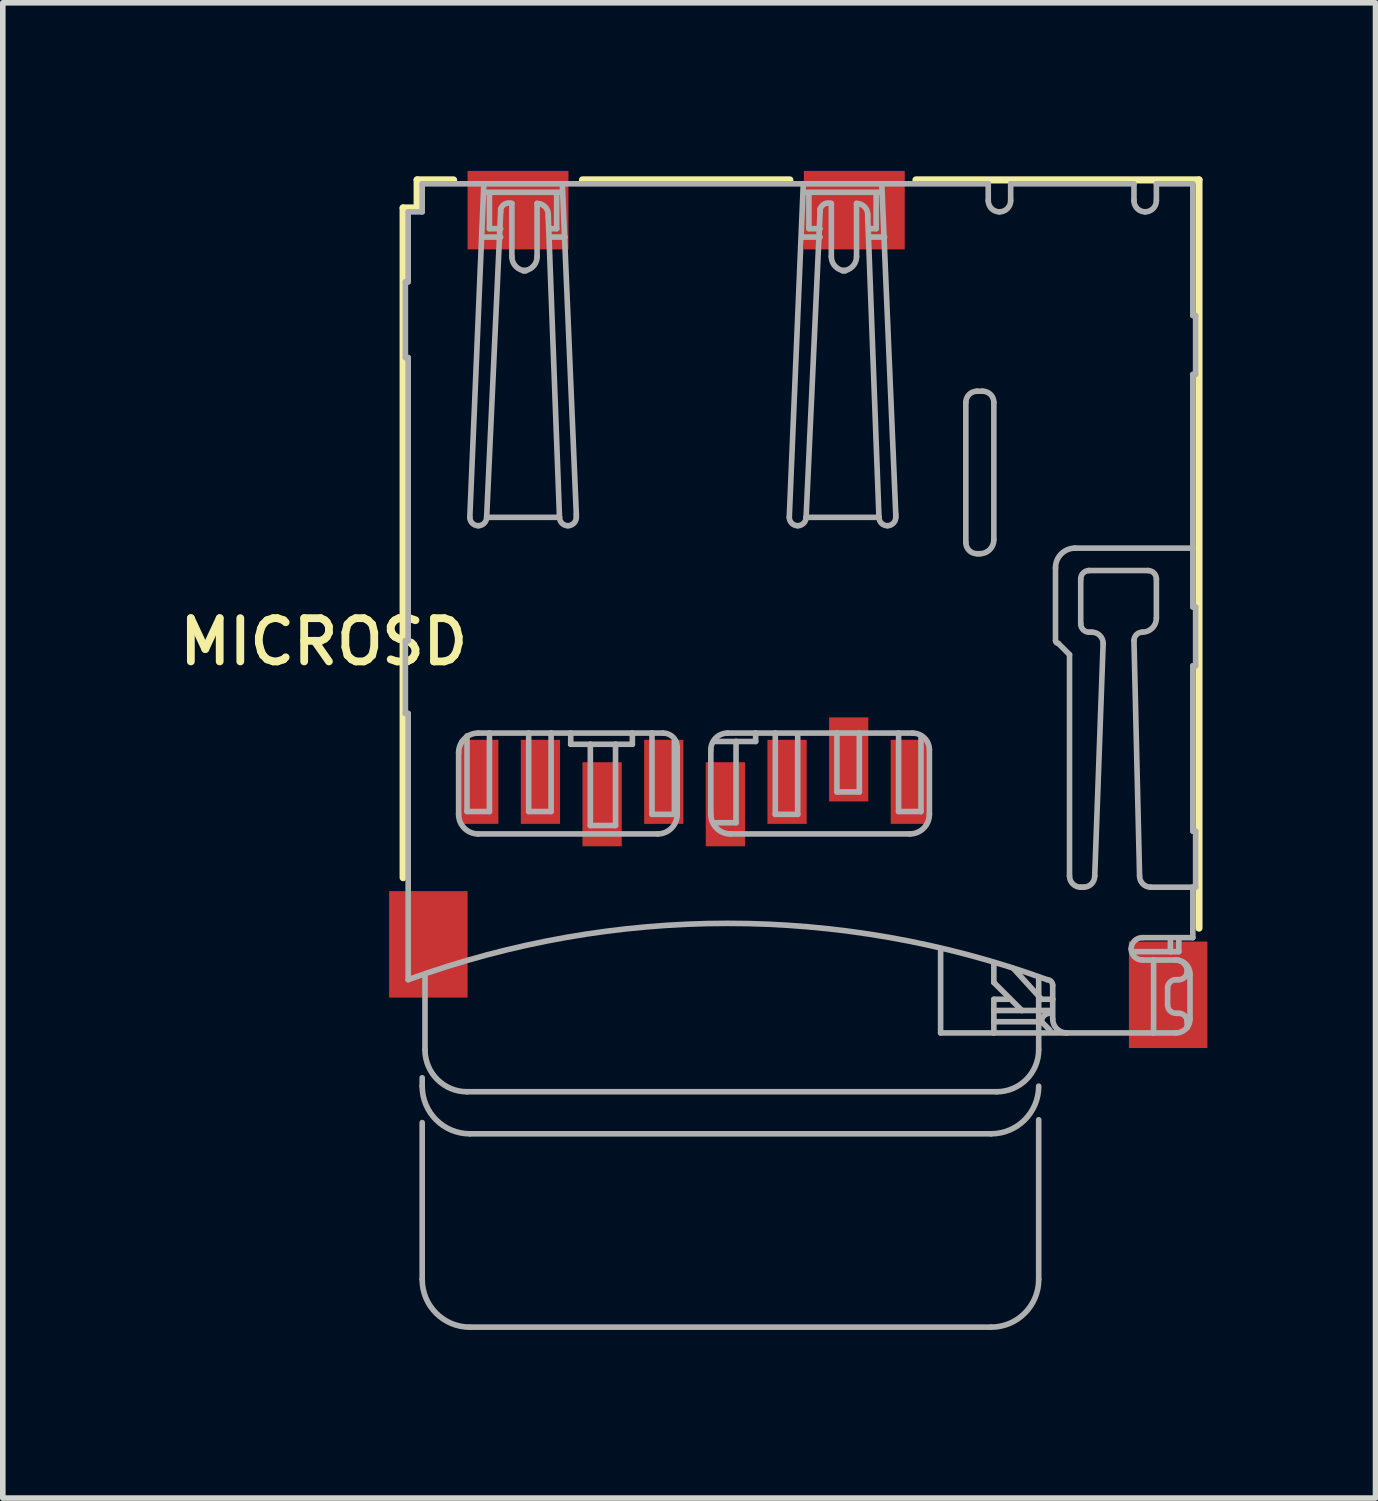
<source format=kicad_pcb>
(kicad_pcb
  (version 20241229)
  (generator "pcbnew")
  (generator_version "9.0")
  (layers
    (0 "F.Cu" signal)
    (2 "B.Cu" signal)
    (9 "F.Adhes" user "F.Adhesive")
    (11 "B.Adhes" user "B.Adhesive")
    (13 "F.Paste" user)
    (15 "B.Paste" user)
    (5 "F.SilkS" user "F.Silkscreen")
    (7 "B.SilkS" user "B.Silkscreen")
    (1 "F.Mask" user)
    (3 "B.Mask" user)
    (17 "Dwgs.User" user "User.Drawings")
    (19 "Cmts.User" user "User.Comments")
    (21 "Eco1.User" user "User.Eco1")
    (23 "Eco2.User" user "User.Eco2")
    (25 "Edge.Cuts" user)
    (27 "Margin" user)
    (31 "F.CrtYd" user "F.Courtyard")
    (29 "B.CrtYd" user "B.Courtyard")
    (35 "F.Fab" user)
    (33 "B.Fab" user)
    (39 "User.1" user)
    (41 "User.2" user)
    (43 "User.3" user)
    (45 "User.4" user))
  (footprint "MICROSD"
    (layer "F.Cu")
    (at 4.193 0.26)
    (property "Reference" "MICROSD" (at 1.18 7.69 180) (layer "F.SilkS") (effects (font (size 0.772 0.772) (thickness 0.139)) (justify right top)))
    (attr through_hole)
    (fp_line (start -0.05 0.4) (end -0.05 12.35) (stroke (width 0.127) (type solid)) (layer "F.SilkS"))
    (fp_line (start 0.2 -0.1) (end 0.2 0.4) (stroke (width 0.127) (type solid)) (layer "F.SilkS"))
    (fp_line (start 0.2 0.4) (end -0.05 0.4) (stroke (width 0.127) (type solid)) (layer "F.SilkS"))
    (fp_line (start 0.85 -0.1) (end 0.2 -0.1) (stroke (width 0.127) (type solid)) (layer "F.SilkS"))
    (fp_line (start 3.15 -0.1) (end 6.85 -0.1) (stroke (width 0.127) (type solid)) (layer "F.SilkS"))
    (fp_line (start 9.1 -0.1) (end 14.15 -0.1) (stroke (width 0.127) (type solid)) (layer "F.SilkS"))
    (fp_line (start 14.15 -0.1) (end 14.15 13.25) (stroke (width 0.127) (type solid)) (layer "F.SilkS"))
    (fp_line (start -0.01 1.72) (end -0.01 3.07) (stroke (width 0.1) (type solid)) (layer "F.Fab"))
    (fp_line (start -0.01 3.07) (end 0.04 3.07) (stroke (width 0.1) (type solid)) (layer "F.Fab"))
    (fp_line (start -0.01 8.12) (end -0.01 9.42) (stroke (width 0.1) (type solid)) (layer "F.Fab"))
    (fp_line (start -0.01 9.42) (end 0.04 9.42) (stroke (width 0.1) (type solid)) (layer "F.Fab"))
    (fp_line (start 0.04 0.47) (end 0.04 1.72) (stroke (width 0.1) (type solid)) (layer "F.Fab"))
    (fp_line (start 0.04 1.72) (end -0.01 1.72) (stroke (width 0.1) (type solid)) (layer "F.Fab"))
    (fp_line (start 0.04 3.07) (end 0.04 8.12) (stroke (width 0.1) (type solid)) (layer "F.Fab"))
    (fp_line (start 0.04 8.12) (end -0.01 8.12) (stroke (width 0.1) (type solid)) (layer "F.Fab"))
    (fp_line (start 0.04 9.42) (end 0.04 14.17) (stroke (width 0.1) (type solid)) (layer "F.Fab"))
    (fp_line (start 0.29 -0.03) (end 0.29 0.47) (stroke (width 0.1) (type solid)) (layer "F.Fab"))
    (fp_line (start 0.29 0.47) (end 0.04 0.47) (stroke (width 0.1) (type solid)) (layer "F.Fab"))
    (fp_line (start 0.29 15.92) (end 0.29 16.07) (stroke (width 0.1) (type solid)) (layer "F.Fab"))
    (fp_line (start 0.29 16.72) (end 0.29 19.52) (stroke (width 0.1) (type solid)) (layer "F.Fab"))
    (fp_line (start 0.34 14.12) (end 0.34 15.42) (stroke (width 0.1) (type solid)) (layer "F.Fab"))
    (fp_line (start 0.94 11.22) (end 0.94 10.12) (stroke (width 0.1) (type solid)) (layer "F.Fab"))
    (fp_line (start 1.09 9.82) (end 1.09 11.17) (stroke (width 0.1) (type solid)) (layer "F.Fab"))
    (fp_line (start 1.09 11.17) (end 1.49 11.17) (stroke (width 0.1) (type solid)) (layer "F.Fab"))
    (fp_line (start 1.09 16.17) (end 10.54 16.17) (stroke (width 0.1) (type solid)) (layer "F.Fab"))
    (fp_line (start 1.14 5.92) (end 1.39 -0.03) (stroke (width 0.1) (type solid)) (layer "F.Fab"))
    (fp_line (start 1.14 16.92) (end 10.44 16.92) (stroke (width 0.1) (type solid)) (layer "F.Fab"))
    (fp_line (start 1.14 20.37) (end 10.44 20.37) (stroke (width 0.1) (type solid)) (layer "F.Fab"))
    (fp_line (start 1.29 9.77) (end 1.49 9.77) (stroke (width 0.1) (type solid)) (layer "F.Fab"))
    (fp_line (start 1.39 -0.03) (end 0.29 -0.03) (stroke (width 0.1) (type solid)) (layer "F.Fab"))
    (fp_line (start 1.44 0.12) (end 2.79 0.12) (stroke (width 0.1) (type solid)) (layer "F.Fab"))
    (fp_line (start 1.44 5.92) (end 2.74 5.92) (stroke (width 0.1) (type solid)) (layer "F.Fab"))
    (fp_line (start 1.49 0.77) (end 1.49 0.17) (stroke (width 0.1) (type solid)) (layer "F.Fab"))
    (fp_line (start 1.49 9.77) (end 2.19 9.77) (stroke (width 0.1) (type solid)) (layer "F.Fab"))
    (fp_line (start 1.49 11.17) (end 1.49 9.77) (stroke (width 0.1) (type solid)) (layer "F.Fab"))
    (fp_line (start 1.69 0.42) (end 1.69 0.47) (stroke (width 0.1) (type solid)) (layer "F.Fab"))
    (fp_line (start 1.69 0.47) (end 1.44 5.92) (stroke (width 0.1) (type solid)) (layer "F.Fab"))
    (fp_line (start 1.69 0.77) (end 1.49 0.77) (stroke (width 0.1) (type solid)) (layer "F.Fab"))
    (fp_line (start 1.69 0.92) (end 1.39 0.92) (stroke (width 0.1) (type solid)) (layer "F.Fab"))
    (fp_line (start 1.89 1.27) (end 1.89 0.32) (stroke (width 0.1) (type solid)) (layer "F.Fab"))
    (fp_line (start 2.09 1.52) (end 2.14 1.52) (stroke (width 0.1) (type solid)) (layer "F.Fab"))
    (fp_line (start 2.19 9.77) (end 2.19 11.17) (stroke (width 0.1) (type solid)) (layer "F.Fab"))
    (fp_line (start 2.19 9.77) (end 2.59 9.77) (stroke (width 0.1) (type solid)) (layer "F.Fab"))
    (fp_line (start 2.19 11.17) (end 2.59 11.17) (stroke (width 0.1) (type solid)) (layer "F.Fab"))
    (fp_line (start 2.34 0.32) (end 2.34 1.27) (stroke (width 0.1) (type solid)) (layer "F.Fab"))
    (fp_line (start 2.54 0.57) (end 2.54 0.52) (stroke (width 0.1) (type solid)) (layer "F.Fab"))
    (fp_line (start 2.59 0.77) (end 2.69 0.77) (stroke (width 0.1) (type solid)) (layer "F.Fab"))
    (fp_line (start 2.59 0.92) (end 2.84 0.92) (stroke (width 0.1) (type solid)) (layer "F.Fab"))
    (fp_line (start 2.59 9.77) (end 2.94 9.77) (stroke (width 0.1) (type solid)) (layer "F.Fab"))
    (fp_line (start 2.59 11.17) (end 2.59 9.77) (stroke (width 0.1) (type solid)) (layer "F.Fab"))
    (fp_line (start 2.69 0.77) (end 2.69 0.17) (stroke (width 0.1) (type solid)) (layer "F.Fab"))
    (fp_line (start 2.74 5.92) (end 2.54 0.57) (stroke (width 0.1) (type solid)) (layer "F.Fab"))
    (fp_line (start 2.79 -0.03) (end 1.39 -0.03) (stroke (width 0.1) (type solid)) (layer "F.Fab"))
    (fp_line (start 2.79 -0.03) (end 3.04 5.87) (stroke (width 0.1) (type solid)) (layer "F.Fab"))
    (fp_line (start 2.94 9.77) (end 2.94 9.97) (stroke (width 0.1) (type solid)) (layer "F.Fab"))
    (fp_line (start 2.94 9.77) (end 4.04 9.77) (stroke (width 0.1) (type solid)) (layer "F.Fab"))
    (fp_line (start 2.94 9.97) (end 3.29 9.97) (stroke (width 0.1) (type solid)) (layer "F.Fab"))
    (fp_line (start 3.04 5.87) (end 3.04 5.92) (stroke (width 0.1) (type solid)) (layer "F.Fab"))
    (fp_line (start 3.29 9.97) (end 3.29 11.42) (stroke (width 0.1) (type solid)) (layer "F.Fab"))
    (fp_line (start 3.29 9.97) (end 3.74 9.97) (stroke (width 0.1) (type solid)) (layer "F.Fab"))
    (fp_line (start 3.29 11.42) (end 3.74 11.42) (stroke (width 0.1) (type solid)) (layer "F.Fab"))
    (fp_line (start 3.74 9.97) (end 4.04 9.97) (stroke (width 0.1) (type solid)) (layer "F.Fab"))
    (fp_line (start 3.74 11.42) (end 3.74 9.97) (stroke (width 0.1) (type solid)) (layer "F.Fab"))
    (fp_line (start 4.04 9.77) (end 4.39 9.77) (stroke (width 0.1) (type solid)) (layer "F.Fab"))
    (fp_line (start 4.04 9.97) (end 4.04 9.77) (stroke (width 0.1) (type solid)) (layer "F.Fab"))
    (fp_line (start 4.39 9.77) (end 4.39 11.22) (stroke (width 0.1) (type solid)) (layer "F.Fab"))
    (fp_line (start 4.39 9.77) (end 4.59 9.77) (stroke (width 0.1) (type solid)) (layer "F.Fab"))
    (fp_line (start 4.39 11.22) (end 4.79 11.22) (stroke (width 0.1) (type solid)) (layer "F.Fab"))
    (fp_line (start 4.49 11.57) (end 1.29 11.57) (stroke (width 0.1) (type solid)) (layer "F.Fab"))
    (fp_line (start 4.79 11.22) (end 4.79 9.92) (stroke (width 0.1) (type solid)) (layer "F.Fab"))
    (fp_line (start 4.84 10.02) (end 4.84 11.22) (stroke (width 0.1) (type solid)) (layer "F.Fab"))
    (fp_line (start 5.44 11.22) (end 5.44 10.07) (stroke (width 0.1) (type solid)) (layer "F.Fab"))
    (fp_line (start 5.49 9.92) (end 5.89 9.92) (stroke (width 0.1) (type solid)) (layer "F.Fab"))
    (fp_line (start 5.74 9.77) (end 6.24 9.77) (stroke (width 0.1) (type solid)) (layer "F.Fab"))
    (fp_line (start 5.89 9.92) (end 5.89 11.37) (stroke (width 0.1) (type solid)) (layer "F.Fab"))
    (fp_line (start 5.89 9.92) (end 6.24 9.92) (stroke (width 0.1) (type solid)) (layer "F.Fab"))
    (fp_line (start 5.89 11.37) (end 5.54 11.37) (stroke (width 0.1) (type solid)) (layer "F.Fab"))
    (fp_line (start 6.24 9.77) (end 6.59 9.77) (stroke (width 0.1) (type solid)) (layer "F.Fab"))
    (fp_line (start 6.24 9.92) (end 6.24 9.77) (stroke (width 0.1) (type solid)) (layer "F.Fab"))
    (fp_line (start 6.59 9.77) (end 6.59 11.22) (stroke (width 0.1) (type solid)) (layer "F.Fab"))
    (fp_line (start 6.59 9.77) (end 7.69 9.77) (stroke (width 0.1) (type solid)) (layer "F.Fab"))
    (fp_line (start 6.59 11.22) (end 6.99 11.22) (stroke (width 0.1) (type solid)) (layer "F.Fab"))
    (fp_line (start 6.84 5.92) (end 7.09 -0.03) (stroke (width 0.1) (type solid)) (layer "F.Fab"))
    (fp_line (start 6.99 11.22) (end 6.99 9.82) (stroke (width 0.1) (type solid)) (layer "F.Fab"))
    (fp_line (start 7.14 0.12) (end 8.49 0.12) (stroke (width 0.1) (type solid)) (layer "F.Fab"))
    (fp_line (start 7.14 5.92) (end 8.44 5.92) (stroke (width 0.1) (type solid)) (layer "F.Fab"))
    (fp_line (start 7.19 0.77) (end 7.19 0.17) (stroke (width 0.1) (type solid)) (layer "F.Fab"))
    (fp_line (start 7.39 0.42) (end 7.39 0.47) (stroke (width 0.1) (type solid)) (layer "F.Fab"))
    (fp_line (start 7.39 0.47) (end 7.14 5.92) (stroke (width 0.1) (type solid)) (layer "F.Fab"))
    (fp_line (start 7.39 0.77) (end 7.19 0.77) (stroke (width 0.1) (type solid)) (layer "F.Fab"))
    (fp_line (start 7.39 0.92) (end 7.09 0.92) (stroke (width 0.1) (type solid)) (layer "F.Fab"))
    (fp_line (start 7.59 1.27) (end 7.59 0.32) (stroke (width 0.1) (type solid)) (layer "F.Fab"))
    (fp_line (start 7.69 9.77) (end 7.69 10.82) (stroke (width 0.1) (type solid)) (layer "F.Fab"))
    (fp_line (start 7.69 9.77) (end 8.09 9.77) (stroke (width 0.1) (type solid)) (layer "F.Fab"))
    (fp_line (start 7.69 10.82) (end 8.09 10.82) (stroke (width 0.1) (type solid)) (layer "F.Fab"))
    (fp_line (start 7.79 1.52) (end 7.84 1.52) (stroke (width 0.1) (type solid)) (layer "F.Fab"))
    (fp_line (start 8.04 0.32) (end 8.04 1.27) (stroke (width 0.1) (type solid)) (layer "F.Fab"))
    (fp_line (start 8.09 9.77) (end 8.79 9.77) (stroke (width 0.1) (type solid)) (layer "F.Fab"))
    (fp_line (start 8.09 10.82) (end 8.09 9.77) (stroke (width 0.1) (type solid)) (layer "F.Fab"))
    (fp_line (start 8.24 0.57) (end 8.24 0.52) (stroke (width 0.1) (type solid)) (layer "F.Fab"))
    (fp_line (start 8.29 0.77) (end 8.39 0.77) (stroke (width 0.1) (type solid)) (layer "F.Fab"))
    (fp_line (start 8.29 0.92) (end 8.54 0.92) (stroke (width 0.1) (type solid)) (layer "F.Fab"))
    (fp_line (start 8.39 0.77) (end 8.39 0.17) (stroke (width 0.1) (type solid)) (layer "F.Fab"))
    (fp_line (start 8.44 5.92) (end 8.24 0.57) (stroke (width 0.1) (type solid)) (layer "F.Fab"))
    (fp_line (start 8.49 -0.03) (end 8.74 5.87) (stroke (width 0.1) (type solid)) (layer "F.Fab"))
    (fp_line (start 8.74 5.87) (end 8.74 5.92) (stroke (width 0.1) (type solid)) (layer "F.Fab"))
    (fp_line (start 8.79 9.77) (end 8.79 11.17) (stroke (width 0.1) (type solid)) (layer "F.Fab"))
    (fp_line (start 8.79 9.77) (end 9.04 9.77) (stroke (width 0.1) (type solid)) (layer "F.Fab"))
    (fp_line (start 8.79 11.17) (end 9.19 11.17) (stroke (width 0.1) (type solid)) (layer "F.Fab"))
    (fp_line (start 8.99 11.57) (end 5.79 11.57) (stroke (width 0.1) (type solid)) (layer "F.Fab"))
    (fp_line (start 9.19 11.17) (end 9.19 9.82) (stroke (width 0.1) (type solid)) (layer "F.Fab"))
    (fp_line (start 9.34 10.07) (end 9.34 11.22) (stroke (width 0.1) (type solid)) (layer "F.Fab"))
    (fp_line (start 9.54 15.12) (end 9.54 13.62) (stroke (width 0.1) (type solid)) (layer "F.Fab"))
    (fp_line (start 9.99 6.37) (end 9.99 3.87) (stroke (width 0.1) (type solid)) (layer "F.Fab"))
    (fp_line (start 10.19 3.67) (end 10.29 3.67) (stroke (width 0.1) (type solid)) (layer "F.Fab"))
    (fp_line (start 10.24 6.57) (end 10.19 6.57) (stroke (width 0.1) (type solid)) (layer "F.Fab"))
    (fp_line (start 10.39 -0.03) (end 2.79 -0.03) (stroke (width 0.1) (type solid)) (layer "F.Fab"))
    (fp_line (start 10.39 0.27) (end 10.39 -0.03) (stroke (width 0.1) (type solid)) (layer "F.Fab"))
    (fp_line (start 10.49 3.87) (end 10.49 6.32) (stroke (width 0.1) (type solid)) (layer "F.Fab"))
    (fp_line (start 10.49 13.87) (end 10.49 14.22) (stroke (width 0.1) (type solid)) (layer "F.Fab"))
    (fp_line (start 10.49 14.22) (end 10.99 14.72) (stroke (width 0.1) (type solid)) (layer "F.Fab"))
    (fp_line (start 10.49 14.52) (end 10.74 14.52) (stroke (width 0.1) (type solid)) (layer "F.Fab"))
    (fp_line (start 10.49 14.72) (end 10.49 14.52) (stroke (width 0.1) (type solid)) (layer "F.Fab"))
    (fp_line (start 10.49 14.92) (end 10.49 14.72) (stroke (width 0.1) (type solid)) (layer "F.Fab"))
    (fp_line (start 10.49 14.92) (end 11.34 14.92) (stroke (width 0.1) (type solid)) (layer "F.Fab"))
    (fp_line (start 10.49 15.12) (end 9.54 15.12) (stroke (width 0.1) (type solid)) (layer "F.Fab"))
    (fp_line (start 10.49 15.12) (end 10.49 14.92) (stroke (width 0.1) (type solid)) (layer "F.Fab"))
    (fp_line (start 10.79 -0.03) (end 10.79 0.27) (stroke (width 0.1) (type solid)) (layer "F.Fab"))
    (fp_line (start 10.99 14.72) (end 10.49 14.72) (stroke (width 0.1) (type solid)) (layer "F.Fab"))
    (fp_line (start 10.99 14.72) (end 11.49 14.72) (stroke (width 0.1) (type solid)) (layer "F.Fab"))
    (fp_line (start 11.29 15.42) (end 11.29 14.12) (stroke (width 0.1) (type solid)) (layer "F.Fab"))
    (fp_line (start 11.29 19.52) (end 11.29 16.67) (stroke (width 0.1) (type solid)) (layer "F.Fab"))
    (fp_line (start 11.34 14.52) (end 10.84 13.97) (stroke (width 0.1) (type solid)) (layer "F.Fab"))
    (fp_line (start 11.49 15.07) (end 11.34 14.92) (stroke (width 0.1) (type solid)) (layer "F.Fab"))
    (fp_line (start 11.54 14.27) (end 11.54 14.52) (stroke (width 0.1) (type solid)) (layer "F.Fab"))
    (fp_line (start 11.54 14.52) (end 11.34 14.52) (stroke (width 0.1) (type solid)) (layer "F.Fab"))
    (fp_line (start 11.54 14.52) (end 11.54 14.87) (stroke (width 0.1) (type solid)) (layer "F.Fab"))
    (fp_line (start 11.59 8.12) (end 11.59 6.82) (stroke (width 0.1) (type solid)) (layer "F.Fab"))
    (fp_line (start 11.79 15.12) (end 10.49 15.12) (stroke (width 0.1) (type solid)) (layer "F.Fab"))
    (fp_line (start 11.79 15.12) (end 13.34 15.12) (stroke (width 0.1) (type solid)) (layer "F.Fab"))
    (fp_line (start 11.84 8.37) (end 11.64 8.17) (stroke (width 0.1) (type solid)) (layer "F.Fab"))
    (fp_line (start 11.84 12.32) (end 11.84 8.37) (stroke (width 0.1) (type solid)) (layer "F.Fab"))
    (fp_line (start 11.94 6.47) (end 14.04 6.47) (stroke (width 0.1) (type solid)) (layer "F.Fab"))
    (fp_line (start 12.04 7.02) (end 12.04 7.82) (stroke (width 0.1) (type solid)) (layer "F.Fab"))
    (fp_line (start 12.09 12.52) (end 12.04 12.52) (stroke (width 0.1) (type solid)) (layer "F.Fab"))
    (fp_line (start 12.19 7.97) (end 12.24 7.97) (stroke (width 0.1) (type solid)) (layer "F.Fab"))
    (fp_line (start 12.44 8.17) (end 12.29 12.32) (stroke (width 0.1) (type solid)) (layer "F.Fab"))
    (fp_line (start 12.99 -0.03) (end 10.79 -0.03) (stroke (width 0.1) (type solid)) (layer "F.Fab"))
    (fp_line (start 12.99 0.27) (end 12.99 -0.03) (stroke (width 0.1) (type solid)) (layer "F.Fab"))
    (fp_line (start 12.99 13.67) (end 13.64 13.67) (stroke (width 0.1) (type solid)) (layer "F.Fab"))
    (fp_line (start 13.09 12.32) (end 12.99 8.12) (stroke (width 0.1) (type solid)) (layer "F.Fab"))
    (fp_line (start 13.14 13.42) (end 14.04 13.42) (stroke (width 0.1) (type solid)) (layer "F.Fab"))
    (fp_line (start 13.24 6.87) (end 12.19 6.87) (stroke (width 0.1) (type solid)) (layer "F.Fab"))
    (fp_line (start 13.34 13.82) (end 13.14 13.82) (stroke (width 0.1) (type solid)) (layer "F.Fab"))
    (fp_line (start 13.34 13.82) (end 13.34 15.12) (stroke (width 0.1) (type solid)) (layer "F.Fab"))
    (fp_line (start 13.34 15.12) (end 13.74 15.12) (stroke (width 0.1) (type solid)) (layer "F.Fab"))
    (fp_line (start 13.39 -0.03) (end 13.39 0.27) (stroke (width 0.1) (type solid)) (layer "F.Fab"))
    (fp_line (start 13.39 7.72) (end 13.39 7.02) (stroke (width 0.1) (type solid)) (layer "F.Fab"))
    (fp_line (start 13.59 14.62) (end 13.59 14.32) (stroke (width 0.1) (type solid)) (layer "F.Fab"))
    (fp_line (start 13.64 13.67) (end 13.64 13.47) (stroke (width 0.1) (type solid)) (layer "F.Fab"))
    (fp_line (start 13.64 13.67) (end 13.79 13.67) (stroke (width 0.1) (type solid)) (layer "F.Fab"))
    (fp_line (start 13.74 13.82) (end 13.34 13.82) (stroke (width 0.1) (type solid)) (layer "F.Fab"))
    (fp_line (start 13.74 14.17) (end 13.79 14.17) (stroke (width 0.1) (type solid)) (layer "F.Fab"))
    (fp_line (start 13.79 13.47) (end 13.79 13.67) (stroke (width 0.1) (type solid)) (layer "F.Fab"))
    (fp_line (start 13.79 14.77) (end 13.74 14.77) (stroke (width 0.1) (type solid)) (layer "F.Fab"))
    (fp_line (start 13.94 15.02) (end 13.94 14.92) (stroke (width 0.1) (type solid)) (layer "F.Fab"))
    (fp_line (start 13.99 14.87) (end 13.99 14.07) (stroke (width 0.1) (type solid)) (layer "F.Fab"))
    (fp_line (start 14.04 -0.03) (end 13.39 -0.03) (stroke (width 0.1) (type solid)) (layer "F.Fab"))
    (fp_line (start 14.04 2.32) (end 14.04 -0.03) (stroke (width 0.1) (type solid)) (layer "F.Fab"))
    (fp_line (start 14.04 3.37) (end 14.09 3.37) (stroke (width 0.1) (type solid)) (layer "F.Fab"))
    (fp_line (start 14.04 6.47) (end 14.04 3.37) (stroke (width 0.1) (type solid)) (layer "F.Fab"))
    (fp_line (start 14.04 7.52) (end 14.04 6.47) (stroke (width 0.1) (type solid)) (layer "F.Fab"))
    (fp_line (start 14.04 8.57) (end 14.09 8.57) (stroke (width 0.1) (type solid)) (layer "F.Fab"))
    (fp_line (start 14.04 11.52) (end 14.04 8.57) (stroke (width 0.1) (type solid)) (layer "F.Fab"))
    (fp_line (start 14.04 12.52) (end 13.29 12.52) (stroke (width 0.1) (type solid)) (layer "F.Fab"))
    (fp_line (start 14.04 12.52) (end 14.09 12.52) (stroke (width 0.1) (type solid)) (layer "F.Fab"))
    (fp_line (start 14.04 13.42) (end 14.04 12.52) (stroke (width 0.1) (type solid)) (layer "F.Fab"))
    (fp_line (start 14.09 2.32) (end 14.04 2.32) (stroke (width 0.1) (type solid)) (layer "F.Fab"))
    (fp_line (start 14.09 3.37) (end 14.09 2.32) (stroke (width 0.1) (type solid)) (layer "F.Fab"))
    (fp_line (start 14.09 7.52) (end 14.04 7.52) (stroke (width 0.1) (type solid)) (layer "F.Fab"))
    (fp_line (start 14.09 8.57) (end 14.09 7.52) (stroke (width 0.1) (type solid)) (layer "F.Fab"))
    (fp_line (start 14.09 11.52) (end 14.04 11.52) (stroke (width 0.1) (type solid)) (layer "F.Fab"))
    (fp_line (start 14.09 12.52) (end 14.09 11.52) (stroke (width 0.1) (type solid)) (layer "F.Fab"))
    (fp_arc (start 0.04 14.17) (mid 5.74 13.164936) (end 11.44 14.17) (stroke (width 0.1) (type solid)) (layer "F.Fab"))
    (fp_arc (start 0.94 10.12) (mid 1.042513 9.872513) (end 1.29 9.77) (stroke (width 0.1) (type solid)) (layer "F.Fab"))
    (fp_arc (start 1.09 16.17) (mid 0.55967 15.95033) (end 0.34 15.42) (stroke (width 0.1) (type solid)) (layer "F.Fab"))
    (fp_arc (start 1.14 16.92) (mid 0.538959 16.671041) (end 0.29 16.07) (stroke (width 0.1) (type solid)) (layer "F.Fab"))
    (fp_arc (start 1.14 20.37) (mid 0.538959 20.121041) (end 0.29 19.52) (stroke (width 0.1) (type solid)) (layer "F.Fab"))
    (fp_arc (start 1.29 6.07) (mid 1.183934 6.026066) (end 1.14 5.92) (stroke (width 0.1) (type solid)) (layer "F.Fab"))
    (fp_arc (start 1.29 11.57) (mid 1.042513 11.467487) (end 0.94 11.22) (stroke (width 0.1) (type solid)) (layer "F.Fab"))
    (fp_arc (start 1.44 5.92) (mid 1.396066 6.026066) (end 1.29 6.07) (stroke (width 0.1) (type solid)) (layer "F.Fab"))
    (fp_arc (start 1.69 0.42) (mid 1.769289 0.328579) (end 1.89 0.32) (stroke (width 0.1) (type solid)) (layer "F.Fab"))
    (fp_arc (start 2.14 1.52) (mid 1.963223 1.446777) (end 1.89 1.27) (stroke (width 0.1) (type solid)) (layer "F.Fab"))
    (fp_arc (start 2.34 0.32) (mid 2.481421 0.378579) (end 2.54 0.52) (stroke (width 0.1) (type solid)) (layer "F.Fab"))
    (fp_arc (start 2.34 1.27) (mid 2.266777 1.446777) (end 2.09 1.52) (stroke (width 0.1) (type solid)) (layer "F.Fab"))
    (fp_arc (start 2.89 6.07) (mid 2.783934 6.026066) (end 2.74 5.92) (stroke (width 0.1) (type solid)) (layer "F.Fab"))
    (fp_arc (start 3.04 5.92) (mid 2.996066 6.026066) (end 2.89 6.07) (stroke (width 0.1) (type solid)) (layer "F.Fab"))
    (fp_arc (start 4.59 9.77) (mid 4.766777 9.843223) (end 4.84 10.02) (stroke (width 0.1) (type solid)) (layer "F.Fab"))
    (fp_arc (start 4.84 11.22) (mid 4.737487 11.467487) (end 4.49 11.57) (stroke (width 0.1) (type solid)) (layer "F.Fab"))
    (fp_arc (start 5.44 10.07) (mid 5.527868 9.857868) (end 5.74 9.77) (stroke (width 0.1) (type solid)) (layer "F.Fab"))
    (fp_arc (start 5.79 11.57) (mid 5.542513 11.467487) (end 5.44 11.22) (stroke (width 0.1) (type solid)) (layer "F.Fab"))
    (fp_arc (start 6.99 6.07) (mid 6.883934 6.026066) (end 6.84 5.92) (stroke (width 0.1) (type solid)) (layer "F.Fab"))
    (fp_arc (start 7.14 5.92) (mid 7.096066 6.026066) (end 6.99 6.07) (stroke (width 0.1) (type solid)) (layer "F.Fab"))
    (fp_arc (start 7.39 0.42) (mid 7.469289 0.328579) (end 7.59 0.32) (stroke (width 0.1) (type solid)) (layer "F.Fab"))
    (fp_arc (start 7.84 1.52) (mid 7.663223 1.446777) (end 7.59 1.27) (stroke (width 0.1) (type solid)) (layer "F.Fab"))
    (fp_arc (start 8.04 0.32) (mid 8.181421 0.378579) (end 8.24 0.52) (stroke (width 0.1) (type solid)) (layer "F.Fab"))
    (fp_arc (start 8.04 1.27) (mid 7.966777 1.446777) (end 7.79 1.52) (stroke (width 0.1) (type solid)) (layer "F.Fab"))
    (fp_arc (start 8.59 6.07) (mid 8.483934 6.026066) (end 8.44 5.92) (stroke (width 0.1) (type solid)) (layer "F.Fab"))
    (fp_arc (start 8.74 5.92) (mid 8.696066 6.026066) (end 8.59 6.07) (stroke (width 0.1) (type solid)) (layer "F.Fab"))
    (fp_arc (start 9.04 9.77) (mid 9.252132 9.857868) (end 9.34 10.07) (stroke (width 0.1) (type solid)) (layer "F.Fab"))
    (fp_arc (start 9.34 11.22) (mid 9.237487 11.467487) (end 8.99 11.57) (stroke (width 0.1) (type solid)) (layer "F.Fab"))
    (fp_arc (start 9.99 3.87) (mid 10.048579 3.728579) (end 10.19 3.67) (stroke (width 0.1) (type solid)) (layer "F.Fab"))
    (fp_arc (start 10.19 6.57) (mid 10.048579 6.511421) (end 9.99 6.37) (stroke (width 0.1) (type solid)) (layer "F.Fab"))
    (fp_arc (start 10.29 3.67) (mid 10.431421 3.728579) (end 10.49 3.87) (stroke (width 0.1) (type solid)) (layer "F.Fab"))
    (fp_arc (start 10.49 6.32) (mid 10.416777 6.496777) (end 10.24 6.57) (stroke (width 0.1) (type solid)) (layer "F.Fab"))
    (fp_arc (start 10.59 0.47) (mid 10.448579 0.411421) (end 10.39 0.27) (stroke (width 0.1) (type solid)) (layer "F.Fab"))
    (fp_arc (start 10.79 0.27) (mid 10.731421 0.411421) (end 10.59 0.47) (stroke (width 0.1) (type solid)) (layer "F.Fab"))
    (fp_arc (start 11.29 15.42) (mid 11.07033 15.95033) (end 10.54 16.17) (stroke (width 0.1) (type solid)) (layer "F.Fab"))
    (fp_arc (start 11.29 16.07) (mid 11.041041 16.671041) (end 10.44 16.92) (stroke (width 0.1) (type solid)) (layer "F.Fab"))
    (fp_arc (start 11.29 19.52) (mid 11.041041 20.121041) (end 10.44 20.37) (stroke (width 0.1) (type solid)) (layer "F.Fab"))
    (fp_arc (start 11.34 14.92) (mid 11.383934 14.813934) (end 11.49 14.77) (stroke (width 0.1) (type solid)) (layer "F.Fab"))
    (fp_arc (start 11.44 14.17) (mid 11.510711 14.199289) (end 11.54 14.27) (stroke (width 0.1) (type solid)) (layer "F.Fab"))
    (fp_arc (start 11.59 6.82) (mid 11.692513 6.572513) (end 11.94 6.47) (stroke (width 0.1) (type solid)) (layer "F.Fab"))
    (fp_arc (start 11.64 8.17) (mid 11.604645 8.155355) (end 11.59 8.12) (stroke (width 0.1) (type solid)) (layer "F.Fab"))
    (fp_arc (start 11.79 15.12) (mid 11.613223 15.046777) (end 11.54 14.87) (stroke (width 0.1) (type solid)) (layer "F.Fab"))
    (fp_arc (start 12.04 7.02) (mid 12.083934 6.913934) (end 12.19 6.87) (stroke (width 0.1) (type solid)) (layer "F.Fab"))
    (fp_arc (start 12.04 12.52) (mid 11.898579 12.461421) (end 11.84 12.32) (stroke (width 0.1) (type solid)) (layer "F.Fab"))
    (fp_arc (start 12.19 7.97) (mid 12.083934 7.926066) (end 12.04 7.82) (stroke (width 0.1) (type solid)) (layer "F.Fab"))
    (fp_arc (start 12.24 7.97) (mid 12.381421 8.028579) (end 12.44 8.17) (stroke (width 0.1) (type solid)) (layer "F.Fab"))
    (fp_arc (start 12.29 12.32) (mid 12.231421 12.461421) (end 12.09 12.52) (stroke (width 0.1) (type solid)) (layer "F.Fab"))
    (fp_arc (start 12.94 13.62) (mid 12.998579 13.478579) (end 13.14 13.42) (stroke (width 0.1) (type solid)) (layer "F.Fab"))
    (fp_arc (start 12.99 8.12) (mid 13.033934 8.013934) (end 13.14 7.97) (stroke (width 0.1) (type solid)) (layer "F.Fab"))
    (fp_arc (start 13.14 13.82) (mid 12.998579 13.761421) (end 12.94 13.62) (stroke (width 0.1) (type solid)) (layer "F.Fab"))
    (fp_arc (start 13.19 0.47) (mid 13.048579 0.411421) (end 12.99 0.27) (stroke (width 0.1) (type solid)) (layer "F.Fab"))
    (fp_arc (start 13.24 6.87) (mid 13.346066 6.913934) (end 13.39 7.02) (stroke (width 0.1) (type solid)) (layer "F.Fab"))
    (fp_arc (start 13.29 12.52) (mid 13.148579 12.461421) (end 13.09 12.32) (stroke (width 0.1) (type solid)) (layer "F.Fab"))
    (fp_arc (start 13.39 0.27) (mid 13.331421 0.411421) (end 13.19 0.47) (stroke (width 0.1) (type solid)) (layer "F.Fab"))
    (fp_arc (start 13.39 7.72) (mid 13.316777 7.896777) (end 13.14 7.97) (stroke (width 0.1) (type solid)) (layer "F.Fab"))
    (fp_arc (start 13.59 14.32) (mid 13.633934 14.213934) (end 13.74 14.17) (stroke (width 0.1) (type solid)) (layer "F.Fab"))
    (fp_arc (start 13.74 13.82) (mid 13.881421 13.878579) (end 13.94 14.02) (stroke (width 0.1) (type solid)) (layer "F.Fab"))
    (fp_arc (start 13.74 13.82) (mid 13.916777 13.893223) (end 13.99 14.07) (stroke (width 0.1) (type solid)) (layer "F.Fab"))
    (fp_arc (start 13.74 14.77) (mid 13.633934 14.726066) (end 13.59 14.62) (stroke (width 0.1) (type solid)) (layer "F.Fab"))
    (fp_arc (start 13.79 14.77) (mid 13.896066 14.813934) (end 13.94 14.92) (stroke (width 0.1) (type solid)) (layer "F.Fab"))
    (fp_arc (start 13.94 14.02) (mid 13.896066 14.126066) (end 13.79 14.17) (stroke (width 0.1) (type solid)) (layer "F.Fab"))
    (fp_arc (start 13.94 15.019999) (mid 13.851803 15.093606) (end 13.74 15.12) (stroke (width 0.1) (type solid)) (layer "F.Fab"))
    (fp_arc (start 13.99 14.87) (mid 13.977171 14.949057) (end 13.94 15.02) (stroke (width 0.1) (type solid)) (layer "F.Fab"))
    (pad "1" smd rect (at 9 10.64) (size 0.7 1.5) (layers "F.Cu" "F.Mask" "F.Paste"))
    (pad "2" smd rect (at 7.9 10.24) (size 0.7 1.5) (layers "F.Cu" "F.Mask" "F.Paste"))
    (pad "3" smd rect (at 6.8 10.64) (size 0.7 1.5) (layers "F.Cu" "F.Mask" "F.Paste"))
    (pad "4" smd rect (at 5.7 11.04) (size 0.7 1.5) (layers "F.Cu" "F.Mask" "F.Paste"))
    (pad "5" smd rect (at 4.6 10.64) (size 0.7 1.5) (layers "F.Cu" "F.Mask" "F.Paste"))
    (pad "6" smd rect (at 3.5 11.04) (size 0.7 1.5) (layers "F.Cu" "F.Mask" "F.Paste"))
    (pad "7" smd rect (at 2.4 10.64) (size 0.7 1.5) (layers "F.Cu" "F.Mask" "F.Paste"))
    (pad "8" smd rect (at 1.3 10.64) (size 0.7 1.5) (layers "F.Cu" "F.Mask" "F.Paste"))
    (pad "CD1" smd rect (at 2 0.44 90) (size 1.4 1.8) (layers "F.Cu" "F.Mask" "F.Paste"))
    (pad "CD2" smd rect (at 8 0.44 90) (size 1.4 1.8) (layers "F.Cu" "F.Mask" "F.Paste"))
    (pad "MT1" smd rect (at 0.4 13.54) (size 1.4 1.9) (layers "F.Cu" "F.Mask" "F.Paste"))
    (pad "MT2" smd rect (at 13.6 14.44) (size 1.4 1.9) (layers "F.Cu" "F.Mask" "F.Paste")))
  (gr_rect
    (start -3 -3)
    (end 21.493 23.68)
    (stroke (width 0.1) (type default))
    (fill no)
    (layer "Edge.Cuts")))
</source>
